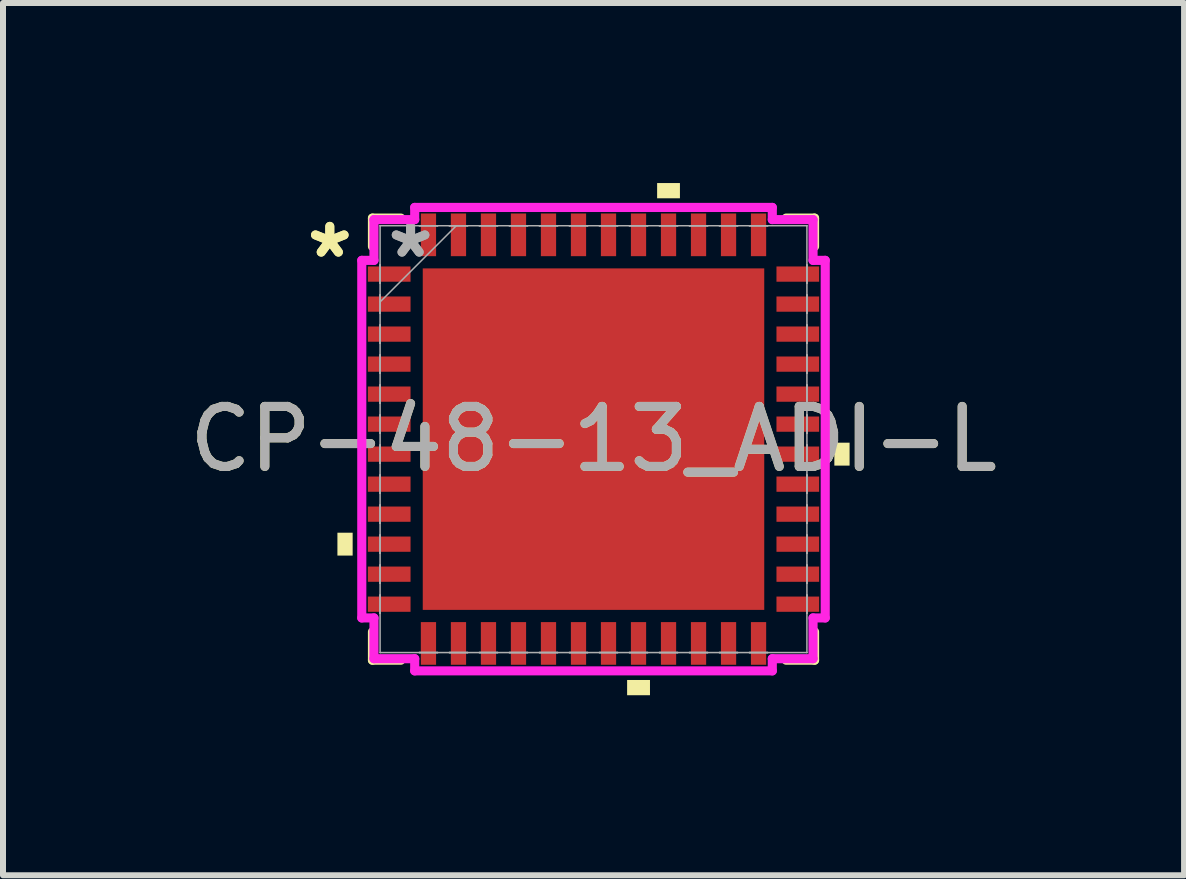
<source format=kicad_pcb>
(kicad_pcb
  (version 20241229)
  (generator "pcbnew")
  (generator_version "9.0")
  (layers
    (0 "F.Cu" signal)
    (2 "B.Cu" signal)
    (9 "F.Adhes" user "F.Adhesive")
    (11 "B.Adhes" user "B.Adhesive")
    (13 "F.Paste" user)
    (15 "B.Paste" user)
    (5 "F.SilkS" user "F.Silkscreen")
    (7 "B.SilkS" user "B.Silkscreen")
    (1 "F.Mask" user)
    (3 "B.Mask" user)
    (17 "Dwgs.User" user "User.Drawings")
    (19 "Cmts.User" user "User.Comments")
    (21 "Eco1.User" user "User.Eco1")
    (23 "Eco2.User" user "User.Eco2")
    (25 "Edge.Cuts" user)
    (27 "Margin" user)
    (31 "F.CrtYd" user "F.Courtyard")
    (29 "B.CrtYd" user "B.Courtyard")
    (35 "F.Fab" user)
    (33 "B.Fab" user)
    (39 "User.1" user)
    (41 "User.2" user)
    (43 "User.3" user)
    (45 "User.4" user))
  (footprint "CP-48-13_ADI-L"
    (layer "F.Cu")
    (at 6.839 4.267)
    (property "Reference" "CP-48-13_ADI-L" (at 0 0 0) (unlocked yes) (layer "F.SilkS") (effects (font (size 1 1) (thickness 0.15))))
    (attr smd)
    (fp_line (start -3.683 -3.683) (end -3.683 -3.21) (stroke (width 0.152) (type solid)) (layer "F.SilkS"))
    (fp_line (start -3.683 3.21) (end -3.683 3.683) (stroke (width 0.152) (type solid)) (layer "F.SilkS"))
    (fp_line (start -3.683 3.683) (end -3.21 3.683) (stroke (width 0.152) (type solid)) (layer "F.SilkS"))
    (fp_line (start -3.21 -3.683) (end -3.683 -3.683) (stroke (width 0.152) (type solid)) (layer "F.SilkS"))
    (fp_line (start 3.21 3.683) (end 3.683 3.683) (stroke (width 0.152) (type solid)) (layer "F.SilkS"))
    (fp_line (start 3.683 -3.683) (end 3.21 -3.683) (stroke (width 0.152) (type solid)) (layer "F.SilkS"))
    (fp_line (start 3.683 -3.21) (end 3.683 -3.683) (stroke (width 0.152) (type solid)) (layer "F.SilkS"))
    (fp_line (start 3.683 3.683) (end 3.683 3.21) (stroke (width 0.152) (type solid)) (layer "F.SilkS"))
    (fp_poly (pts (xy -4.267 1.559) (xy -4.267 1.94) (xy -4.013 1.94) (xy -4.013 1.559)) (stroke (width 0) (type solid)) (fill yes) (layer "F.SilkS"))
    (fp_poly (pts (xy 0.56 4.013) (xy 0.56 4.267) (xy 0.941 4.267) (xy 0.941 4.013)) (stroke (width 0) (type solid)) (fill yes) (layer "F.SilkS"))
    (fp_poly (pts (xy 1.06 -4.013) (xy 1.06 -4.267) (xy 1.44 -4.267) (xy 1.44 -4.013)) (stroke (width 0) (type solid)) (fill yes) (layer "F.SilkS"))
    (fp_poly (pts (xy 4.267 0.059) (xy 4.267 0.441) (xy 4.013 0.441) (xy 4.013 0.059)) (stroke (width 0) (type solid)) (fill yes) (layer "F.SilkS"))
    (fp_poly (pts (xy -2.745 -2.745) (xy -2.745 -1.522) (xy -1.522 -1.522) (xy -1.522 -2.745)) (stroke (width 0) (type solid)) (fill yes) (layer "F.Paste"))
    (fp_poly (pts (xy -2.745 -1.322) (xy -2.745 -0.1) (xy -1.522 -0.1) (xy -1.522 -1.322)) (stroke (width 0) (type solid)) (fill yes) (layer "F.Paste"))
    (fp_poly (pts (xy -2.745 0.1) (xy -2.745 1.322) (xy -1.522 1.322) (xy -1.522 0.1)) (stroke (width 0) (type solid)) (fill yes) (layer "F.Paste"))
    (fp_poly (pts (xy -2.745 1.522) (xy -2.745 2.745) (xy -1.522 2.745) (xy -1.522 1.522)) (stroke (width 0) (type solid)) (fill yes) (layer "F.Paste"))
    (fp_poly (pts (xy -1.322 -2.745) (xy -1.322 -1.522) (xy -0.1 -1.522) (xy -0.1 -2.745)) (stroke (width 0) (type solid)) (fill yes) (layer "F.Paste"))
    (fp_poly (pts (xy -1.322 -1.322) (xy -1.322 -0.1) (xy -0.1 -0.1) (xy -0.1 -1.322)) (stroke (width 0) (type solid)) (fill yes) (layer "F.Paste"))
    (fp_poly (pts (xy -1.322 0.1) (xy -1.322 1.322) (xy -0.1 1.322) (xy -0.1 0.1)) (stroke (width 0) (type solid)) (fill yes) (layer "F.Paste"))
    (fp_poly (pts (xy -1.322 1.522) (xy -1.322 2.745) (xy -0.1 2.745) (xy -0.1 1.522)) (stroke (width 0) (type solid)) (fill yes) (layer "F.Paste"))
    (fp_poly (pts (xy 0.1 -2.745) (xy 0.1 -1.522) (xy 1.322 -1.522) (xy 1.322 -2.745)) (stroke (width 0) (type solid)) (fill yes) (layer "F.Paste"))
    (fp_poly (pts (xy 0.1 -1.322) (xy 0.1 -0.1) (xy 1.322 -0.1) (xy 1.322 -1.322)) (stroke (width 0) (type solid)) (fill yes) (layer "F.Paste"))
    (fp_poly (pts (xy 0.1 0.1) (xy 0.1 1.322) (xy 1.322 1.322) (xy 1.322 0.1)) (stroke (width 0) (type solid)) (fill yes) (layer "F.Paste"))
    (fp_poly (pts (xy 0.1 1.522) (xy 0.1 2.745) (xy 1.322 2.745) (xy 1.322 1.522)) (stroke (width 0) (type solid)) (fill yes) (layer "F.Paste"))
    (fp_poly (pts (xy 1.522 -2.745) (xy 1.522 -1.522) (xy 2.745 -1.522) (xy 2.745 -2.745)) (stroke (width 0) (type solid)) (fill yes) (layer "F.Paste"))
    (fp_poly (pts (xy 1.522 -1.322) (xy 1.522 -0.1) (xy 2.745 -0.1) (xy 2.745 -1.322)) (stroke (width 0) (type solid)) (fill yes) (layer "F.Paste"))
    (fp_poly (pts (xy 1.522 0.1) (xy 1.522 1.322) (xy 2.745 1.322) (xy 2.745 0.1)) (stroke (width 0) (type solid)) (fill yes) (layer "F.Paste"))
    (fp_poly (pts (xy 1.522 1.522) (xy 1.522 2.745) (xy 2.745 2.745) (xy 2.745 1.522)) (stroke (width 0) (type solid)) (fill yes) (layer "F.Paste"))
    (fp_line (start -3.861 -2.979) (end -3.658 -2.979) (stroke (width 0.152) (type solid)) (layer "F.CrtYd"))
    (fp_line (start -3.861 2.979) (end -3.861 -2.979) (stroke (width 0.152) (type solid)) (layer "F.CrtYd"))
    (fp_line (start -3.658 -3.658) (end -2.979 -3.658) (stroke (width 0.152) (type solid)) (layer "F.CrtYd"))
    (fp_line (start -3.658 -2.979) (end -3.658 -3.658) (stroke (width 0.152) (type solid)) (layer "F.CrtYd"))
    (fp_line (start -3.658 2.979) (end -3.861 2.979) (stroke (width 0.152) (type solid)) (layer "F.CrtYd"))
    (fp_line (start -3.658 3.658) (end -3.658 2.979) (stroke (width 0.152) (type solid)) (layer "F.CrtYd"))
    (fp_line (start -2.979 -3.861) (end 2.979 -3.861) (stroke (width 0.152) (type solid)) (layer "F.CrtYd"))
    (fp_line (start -2.979 -3.658) (end -2.979 -3.861) (stroke (width 0.152) (type solid)) (layer "F.CrtYd"))
    (fp_line (start -2.979 3.658) (end -3.658 3.658) (stroke (width 0.152) (type solid)) (layer "F.CrtYd"))
    (fp_line (start -2.979 3.861) (end -2.979 3.658) (stroke (width 0.152) (type solid)) (layer "F.CrtYd"))
    (fp_line (start 2.979 -3.861) (end 2.979 -3.658) (stroke (width 0.152) (type solid)) (layer "F.CrtYd"))
    (fp_line (start 2.979 -3.658) (end 3.658 -3.658) (stroke (width 0.152) (type solid)) (layer "F.CrtYd"))
    (fp_line (start 2.979 3.658) (end 2.979 3.861) (stroke (width 0.152) (type solid)) (layer "F.CrtYd"))
    (fp_line (start 2.979 3.861) (end -2.979 3.861) (stroke (width 0.152) (type solid)) (layer "F.CrtYd"))
    (fp_line (start 3.658 -3.658) (end 3.658 -2.979) (stroke (width 0.152) (type solid)) (layer "F.CrtYd"))
    (fp_line (start 3.658 -2.979) (end 3.861 -2.979) (stroke (width 0.152) (type solid)) (layer "F.CrtYd"))
    (fp_line (start 3.658 2.979) (end 3.658 3.658) (stroke (width 0.152) (type solid)) (layer "F.CrtYd"))
    (fp_line (start 3.658 3.658) (end 2.979 3.658) (stroke (width 0.152) (type solid)) (layer "F.CrtYd"))
    (fp_line (start 3.861 -2.979) (end 3.861 2.979) (stroke (width 0.152) (type solid)) (layer "F.CrtYd"))
    (fp_line (start 3.861 2.979) (end 3.658 2.979) (stroke (width 0.152) (type solid)) (layer "F.CrtYd"))
    (fp_line (start -3.556 -3.556) (end -3.556 -3.556) (stroke (width 0.025) (type solid)) (layer "F.Fab"))
    (fp_line (start -3.556 -3.556) (end -3.556 3.556) (stroke (width 0.025) (type solid)) (layer "F.Fab"))
    (fp_line (start -3.556 -2.902) (end -3.556 -2.902) (stroke (width 0.025) (type solid)) (layer "F.Fab"))
    (fp_line (start -3.556 -2.902) (end -3.556 -2.598) (stroke (width 0.025) (type solid)) (layer "F.Fab"))
    (fp_line (start -3.556 -2.598) (end -3.556 -2.902) (stroke (width 0.025) (type solid)) (layer "F.Fab"))
    (fp_line (start -3.556 -2.598) (end -3.556 -2.598) (stroke (width 0.025) (type solid)) (layer "F.Fab"))
    (fp_line (start -3.556 -2.402) (end -3.556 -2.402) (stroke (width 0.025) (type solid)) (layer "F.Fab"))
    (fp_line (start -3.556 -2.402) (end -3.556 -2.098) (stroke (width 0.025) (type solid)) (layer "F.Fab"))
    (fp_line (start -3.556 -2.286) (end -2.286 -3.556) (stroke (width 0.025) (type solid)) (layer "F.Fab"))
    (fp_line (start -3.556 -2.098) (end -3.556 -2.402) (stroke (width 0.025) (type solid)) (layer "F.Fab"))
    (fp_line (start -3.556 -2.098) (end -3.556 -2.098) (stroke (width 0.025) (type solid)) (layer "F.Fab"))
    (fp_line (start -3.556 -1.902) (end -3.556 -1.902) (stroke (width 0.025) (type solid)) (layer "F.Fab"))
    (fp_line (start -3.556 -1.902) (end -3.556 -1.598) (stroke (width 0.025) (type solid)) (layer "F.Fab"))
    (fp_line (start -3.556 -1.598) (end -3.556 -1.902) (stroke (width 0.025) (type solid)) (layer "F.Fab"))
    (fp_line (start -3.556 -1.598) (end -3.556 -1.598) (stroke (width 0.025) (type solid)) (layer "F.Fab"))
    (fp_line (start -3.556 -1.402) (end -3.556 -1.402) (stroke (width 0.025) (type solid)) (layer "F.Fab"))
    (fp_line (start -3.556 -1.402) (end -3.556 -1.098) (stroke (width 0.025) (type solid)) (layer "F.Fab"))
    (fp_line (start -3.556 -1.098) (end -3.556 -1.402) (stroke (width 0.025) (type solid)) (layer "F.Fab"))
    (fp_line (start -3.556 -1.098) (end -3.556 -1.098) (stroke (width 0.025) (type solid)) (layer "F.Fab"))
    (fp_line (start -3.556 -0.902) (end -3.556 -0.902) (stroke (width 0.025) (type solid)) (layer "F.Fab"))
    (fp_line (start -3.556 -0.902) (end -3.556 -0.598) (stroke (width 0.025) (type solid)) (layer "F.Fab"))
    (fp_line (start -3.556 -0.598) (end -3.556 -0.902) (stroke (width 0.025) (type solid)) (layer "F.Fab"))
    (fp_line (start -3.556 -0.598) (end -3.556 -0.598) (stroke (width 0.025) (type solid)) (layer "F.Fab"))
    (fp_line (start -3.556 -0.402) (end -3.556 -0.402) (stroke (width 0.025) (type solid)) (layer "F.Fab"))
    (fp_line (start -3.556 -0.402) (end -3.556 -0.098) (stroke (width 0.025) (type solid)) (layer "F.Fab"))
    (fp_line (start -3.556 -0.098) (end -3.556 -0.402) (stroke (width 0.025) (type solid)) (layer "F.Fab"))
    (fp_line (start -3.556 -0.098) (end -3.556 -0.098) (stroke (width 0.025) (type solid)) (layer "F.Fab"))
    (fp_line (start -3.556 0.098) (end -3.556 0.098) (stroke (width 0.025) (type solid)) (layer "F.Fab"))
    (fp_line (start -3.556 0.098) (end -3.556 0.402) (stroke (width 0.025) (type solid)) (layer "F.Fab"))
    (fp_line (start -3.556 0.402) (end -3.556 0.098) (stroke (width 0.025) (type solid)) (layer "F.Fab"))
    (fp_line (start -3.556 0.402) (end -3.556 0.402) (stroke (width 0.025) (type solid)) (layer "F.Fab"))
    (fp_line (start -3.556 0.598) (end -3.556 0.598) (stroke (width 0.025) (type solid)) (layer "F.Fab"))
    (fp_line (start -3.556 0.598) (end -3.556 0.902) (stroke (width 0.025) (type solid)) (layer "F.Fab"))
    (fp_line (start -3.556 0.902) (end -3.556 0.598) (stroke (width 0.025) (type solid)) (layer "F.Fab"))
    (fp_line (start -3.556 0.902) (end -3.556 0.902) (stroke (width 0.025) (type solid)) (layer "F.Fab"))
    (fp_line (start -3.556 1.098) (end -3.556 1.098) (stroke (width 0.025) (type solid)) (layer "F.Fab"))
    (fp_line (start -3.556 1.098) (end -3.556 1.402) (stroke (width 0.025) (type solid)) (layer "F.Fab"))
    (fp_line (start -3.556 1.402) (end -3.556 1.098) (stroke (width 0.025) (type solid)) (layer "F.Fab"))
    (fp_line (start -3.556 1.402) (end -3.556 1.402) (stroke (width 0.025) (type solid)) (layer "F.Fab"))
    (fp_line (start -3.556 1.598) (end -3.556 1.598) (stroke (width 0.025) (type solid)) (layer "F.Fab"))
    (fp_line (start -3.556 1.598) (end -3.556 1.902) (stroke (width 0.025) (type solid)) (layer "F.Fab"))
    (fp_line (start -3.556 1.902) (end -3.556 1.598) (stroke (width 0.025) (type solid)) (layer "F.Fab"))
    (fp_line (start -3.556 1.902) (end -3.556 1.902) (stroke (width 0.025) (type solid)) (layer "F.Fab"))
    (fp_line (start -3.556 2.098) (end -3.556 2.098) (stroke (width 0.025) (type solid)) (layer "F.Fab"))
    (fp_line (start -3.556 2.098) (end -3.556 2.402) (stroke (width 0.025) (type solid)) (layer "F.Fab"))
    (fp_line (start -3.556 2.402) (end -3.556 2.098) (stroke (width 0.025) (type solid)) (layer "F.Fab"))
    (fp_line (start -3.556 2.402) (end -3.556 2.402) (stroke (width 0.025) (type solid)) (layer "F.Fab"))
    (fp_line (start -3.556 2.598) (end -3.556 2.598) (stroke (width 0.025) (type solid)) (layer "F.Fab"))
    (fp_line (start -3.556 2.598) (end -3.556 2.902) (stroke (width 0.025) (type solid)) (layer "F.Fab"))
    (fp_line (start -3.556 2.902) (end -3.556 2.598) (stroke (width 0.025) (type solid)) (layer "F.Fab"))
    (fp_line (start -3.556 2.902) (end -3.556 2.902) (stroke (width 0.025) (type solid)) (layer "F.Fab"))
    (fp_line (start -3.556 3.556) (end -3.556 3.556) (stroke (width 0.025) (type solid)) (layer "F.Fab"))
    (fp_line (start -3.556 3.556) (end 3.556 3.556) (stroke (width 0.025) (type solid)) (layer "F.Fab"))
    (fp_line (start -2.902 -3.556) (end -2.902 -3.556) (stroke (width 0.025) (type solid)) (layer "F.Fab"))
    (fp_line (start -2.902 -3.556) (end -2.598 -3.556) (stroke (width 0.025) (type solid)) (layer "F.Fab"))
    (fp_line (start -2.902 3.556) (end -2.902 3.556) (stroke (width 0.025) (type solid)) (layer "F.Fab"))
    (fp_line (start -2.902 3.556) (end -2.598 3.556) (stroke (width 0.025) (type solid)) (layer "F.Fab"))
    (fp_line (start -2.598 -3.556) (end -2.902 -3.556) (stroke (width 0.025) (type solid)) (layer "F.Fab"))
    (fp_line (start -2.598 -3.556) (end -2.598 -3.556) (stroke (width 0.025) (type solid)) (layer "F.Fab"))
    (fp_line (start -2.598 3.556) (end -2.902 3.556) (stroke (width 0.025) (type solid)) (layer "F.Fab"))
    (fp_line (start -2.598 3.556) (end -2.598 3.556) (stroke (width 0.025) (type solid)) (layer "F.Fab"))
    (fp_line (start -2.402 -3.556) (end -2.402 -3.556) (stroke (width 0.025) (type solid)) (layer "F.Fab"))
    (fp_line (start -2.402 -3.556) (end -2.098 -3.556) (stroke (width 0.025) (type solid)) (layer "F.Fab"))
    (fp_line (start -2.402 3.556) (end -2.402 3.556) (stroke (width 0.025) (type solid)) (layer "F.Fab"))
    (fp_line (start -2.402 3.556) (end -2.098 3.556) (stroke (width 0.025) (type solid)) (layer "F.Fab"))
    (fp_line (start -2.098 -3.556) (end -2.402 -3.556) (stroke (width 0.025) (type solid)) (layer "F.Fab"))
    (fp_line (start -2.098 -3.556) (end -2.098 -3.556) (stroke (width 0.025) (type solid)) (layer "F.Fab"))
    (fp_line (start -2.098 3.556) (end -2.402 3.556) (stroke (width 0.025) (type solid)) (layer "F.Fab"))
    (fp_line (start -2.098 3.556) (end -2.098 3.556) (stroke (width 0.025) (type solid)) (layer "F.Fab"))
    (fp_line (start -1.902 -3.556) (end -1.902 -3.556) (stroke (width 0.025) (type solid)) (layer "F.Fab"))
    (fp_line (start -1.902 -3.556) (end -1.598 -3.556) (stroke (width 0.025) (type solid)) (layer "F.Fab"))
    (fp_line (start -1.902 3.556) (end -1.902 3.556) (stroke (width 0.025) (type solid)) (layer "F.Fab"))
    (fp_line (start -1.902 3.556) (end -1.598 3.556) (stroke (width 0.025) (type solid)) (layer "F.Fab"))
    (fp_line (start -1.598 -3.556) (end -1.902 -3.556) (stroke (width 0.025) (type solid)) (layer "F.Fab"))
    (fp_line (start -1.598 -3.556) (end -1.598 -3.556) (stroke (width 0.025) (type solid)) (layer "F.Fab"))
    (fp_line (start -1.598 3.556) (end -1.902 3.556) (stroke (width 0.025) (type solid)) (layer "F.Fab"))
    (fp_line (start -1.598 3.556) (end -1.598 3.556) (stroke (width 0.025) (type solid)) (layer "F.Fab"))
    (fp_line (start -1.402 -3.556) (end -1.402 -3.556) (stroke (width 0.025) (type solid)) (layer "F.Fab"))
    (fp_line (start -1.402 -3.556) (end -1.098 -3.556) (stroke (width 0.025) (type solid)) (layer "F.Fab"))
    (fp_line (start -1.402 3.556) (end -1.402 3.556) (stroke (width 0.025) (type solid)) (layer "F.Fab"))
    (fp_line (start -1.402 3.556) (end -1.098 3.556) (stroke (width 0.025) (type solid)) (layer "F.Fab"))
    (fp_line (start -1.098 -3.556) (end -1.402 -3.556) (stroke (width 0.025) (type solid)) (layer "F.Fab"))
    (fp_line (start -1.098 -3.556) (end -1.098 -3.556) (stroke (width 0.025) (type solid)) (layer "F.Fab"))
    (fp_line (start -1.098 3.556) (end -1.402 3.556) (stroke (width 0.025) (type solid)) (layer "F.Fab"))
    (fp_line (start -1.098 3.556) (end -1.098 3.556) (stroke (width 0.025) (type solid)) (layer "F.Fab"))
    (fp_line (start -0.902 -3.556) (end -0.902 -3.556) (stroke (width 0.025) (type solid)) (layer "F.Fab"))
    (fp_line (start -0.902 -3.556) (end -0.598 -3.556) (stroke (width 0.025) (type solid)) (layer "F.Fab"))
    (fp_line (start -0.902 3.556) (end -0.902 3.556) (stroke (width 0.025) (type solid)) (layer "F.Fab"))
    (fp_line (start -0.902 3.556) (end -0.598 3.556) (stroke (width 0.025) (type solid)) (layer "F.Fab"))
    (fp_line (start -0.598 -3.556) (end -0.902 -3.556) (stroke (width 0.025) (type solid)) (layer "F.Fab"))
    (fp_line (start -0.598 -3.556) (end -0.598 -3.556) (stroke (width 0.025) (type solid)) (layer "F.Fab"))
    (fp_line (start -0.598 3.556) (end -0.902 3.556) (stroke (width 0.025) (type solid)) (layer "F.Fab"))
    (fp_line (start -0.598 3.556) (end -0.598 3.556) (stroke (width 0.025) (type solid)) (layer "F.Fab"))
    (fp_line (start -0.402 -3.556) (end -0.402 -3.556) (stroke (width 0.025) (type solid)) (layer "F.Fab"))
    (fp_line (start -0.402 -3.556) (end -0.098 -3.556) (stroke (width 0.025) (type solid)) (layer "F.Fab"))
    (fp_line (start -0.402 3.556) (end -0.402 3.556) (stroke (width 0.025) (type solid)) (layer "F.Fab"))
    (fp_line (start -0.402 3.556) (end -0.098 3.556) (stroke (width 0.025) (type solid)) (layer "F.Fab"))
    (fp_line (start -0.098 -3.556) (end -0.402 -3.556) (stroke (width 0.025) (type solid)) (layer "F.Fab"))
    (fp_line (start -0.098 -3.556) (end -0.098 -3.556) (stroke (width 0.025) (type solid)) (layer "F.Fab"))
    (fp_line (start -0.098 3.556) (end -0.402 3.556) (stroke (width 0.025) (type solid)) (layer "F.Fab"))
    (fp_line (start -0.098 3.556) (end -0.098 3.556) (stroke (width 0.025) (type solid)) (layer "F.Fab"))
    (fp_line (start 0.098 -3.556) (end 0.098 -3.556) (stroke (width 0.025) (type solid)) (layer "F.Fab"))
    (fp_line (start 0.098 -3.556) (end 0.402 -3.556) (stroke (width 0.025) (type solid)) (layer "F.Fab"))
    (fp_line (start 0.098 3.556) (end 0.098 3.556) (stroke (width 0.025) (type solid)) (layer "F.Fab"))
    (fp_line (start 0.098 3.556) (end 0.402 3.556) (stroke (width 0.025) (type solid)) (layer "F.Fab"))
    (fp_line (start 0.402 -3.556) (end 0.098 -3.556) (stroke (width 0.025) (type solid)) (layer "F.Fab"))
    (fp_line (start 0.402 -3.556) (end 0.402 -3.556) (stroke (width 0.025) (type solid)) (layer "F.Fab"))
    (fp_line (start 0.402 3.556) (end 0.098 3.556) (stroke (width 0.025) (type solid)) (layer "F.Fab"))
    (fp_line (start 0.402 3.556) (end 0.402 3.556) (stroke (width 0.025) (type solid)) (layer "F.Fab"))
    (fp_line (start 0.598 -3.556) (end 0.598 -3.556) (stroke (width 0.025) (type solid)) (layer "F.Fab"))
    (fp_line (start 0.598 -3.556) (end 0.902 -3.556) (stroke (width 0.025) (type solid)) (layer "F.Fab"))
    (fp_line (start 0.598 3.556) (end 0.598 3.556) (stroke (width 0.025) (type solid)) (layer "F.Fab"))
    (fp_line (start 0.598 3.556) (end 0.902 3.556) (stroke (width 0.025) (type solid)) (layer "F.Fab"))
    (fp_line (start 0.902 -3.556) (end 0.598 -3.556) (stroke (width 0.025) (type solid)) (layer "F.Fab"))
    (fp_line (start 0.902 -3.556) (end 0.902 -3.556) (stroke (width 0.025) (type solid)) (layer "F.Fab"))
    (fp_line (start 0.902 3.556) (end 0.598 3.556) (stroke (width 0.025) (type solid)) (layer "F.Fab"))
    (fp_line (start 0.902 3.556) (end 0.902 3.556) (stroke (width 0.025) (type solid)) (layer "F.Fab"))
    (fp_line (start 1.098 -3.556) (end 1.098 -3.556) (stroke (width 0.025) (type solid)) (layer "F.Fab"))
    (fp_line (start 1.098 -3.556) (end 1.402 -3.556) (stroke (width 0.025) (type solid)) (layer "F.Fab"))
    (fp_line (start 1.098 3.556) (end 1.098 3.556) (stroke (width 0.025) (type solid)) (layer "F.Fab"))
    (fp_line (start 1.098 3.556) (end 1.402 3.556) (stroke (width 0.025) (type solid)) (layer "F.Fab"))
    (fp_line (start 1.402 -3.556) (end 1.098 -3.556) (stroke (width 0.025) (type solid)) (layer "F.Fab"))
    (fp_line (start 1.402 -3.556) (end 1.402 -3.556) (stroke (width 0.025) (type solid)) (layer "F.Fab"))
    (fp_line (start 1.402 3.556) (end 1.098 3.556) (stroke (width 0.025) (type solid)) (layer "F.Fab"))
    (fp_line (start 1.402 3.556) (end 1.402 3.556) (stroke (width 0.025) (type solid)) (layer "F.Fab"))
    (fp_line (start 1.598 -3.556) (end 1.598 -3.556) (stroke (width 0.025) (type solid)) (layer "F.Fab"))
    (fp_line (start 1.598 -3.556) (end 1.902 -3.556) (stroke (width 0.025) (type solid)) (layer "F.Fab"))
    (fp_line (start 1.598 3.556) (end 1.598 3.556) (stroke (width 0.025) (type solid)) (layer "F.Fab"))
    (fp_line (start 1.598 3.556) (end 1.902 3.556) (stroke (width 0.025) (type solid)) (layer "F.Fab"))
    (fp_line (start 1.902 -3.556) (end 1.598 -3.556) (stroke (width 0.025) (type solid)) (layer "F.Fab"))
    (fp_line (start 1.902 -3.556) (end 1.902 -3.556) (stroke (width 0.025) (type solid)) (layer "F.Fab"))
    (fp_line (start 1.902 3.556) (end 1.598 3.556) (stroke (width 0.025) (type solid)) (layer "F.Fab"))
    (fp_line (start 1.902 3.556) (end 1.902 3.556) (stroke (width 0.025) (type solid)) (layer "F.Fab"))
    (fp_line (start 2.098 -3.556) (end 2.098 -3.556) (stroke (width 0.025) (type solid)) (layer "F.Fab"))
    (fp_line (start 2.098 -3.556) (end 2.402 -3.556) (stroke (width 0.025) (type solid)) (layer "F.Fab"))
    (fp_line (start 2.098 3.556) (end 2.098 3.556) (stroke (width 0.025) (type solid)) (layer "F.Fab"))
    (fp_line (start 2.098 3.556) (end 2.402 3.556) (stroke (width 0.025) (type solid)) (layer "F.Fab"))
    (fp_line (start 2.402 -3.556) (end 2.098 -3.556) (stroke (width 0.025) (type solid)) (layer "F.Fab"))
    (fp_line (start 2.402 -3.556) (end 2.402 -3.556) (stroke (width 0.025) (type solid)) (layer "F.Fab"))
    (fp_line (start 2.402 3.556) (end 2.098 3.556) (stroke (width 0.025) (type solid)) (layer "F.Fab"))
    (fp_line (start 2.402 3.556) (end 2.402 3.556) (stroke (width 0.025) (type solid)) (layer "F.Fab"))
    (fp_line (start 2.598 -3.556) (end 2.598 -3.556) (stroke (width 0.025) (type solid)) (layer "F.Fab"))
    (fp_line (start 2.598 -3.556) (end 2.902 -3.556) (stroke (width 0.025) (type solid)) (layer "F.Fab"))
    (fp_line (start 2.598 3.556) (end 2.598 3.556) (stroke (width 0.025) (type solid)) (layer "F.Fab"))
    (fp_line (start 2.598 3.556) (end 2.902 3.556) (stroke (width 0.025) (type solid)) (layer "F.Fab"))
    (fp_line (start 2.902 -3.556) (end 2.598 -3.556) (stroke (width 0.025) (type solid)) (layer "F.Fab"))
    (fp_line (start 2.902 -3.556) (end 2.902 -3.556) (stroke (width 0.025) (type solid)) (layer "F.Fab"))
    (fp_line (start 2.902 3.556) (end 2.598 3.556) (stroke (width 0.025) (type solid)) (layer "F.Fab"))
    (fp_line (start 2.902 3.556) (end 2.902 3.556) (stroke (width 0.025) (type solid)) (layer "F.Fab"))
    (fp_line (start 3.556 -3.556) (end -3.556 -3.556) (stroke (width 0.025) (type solid)) (layer "F.Fab"))
    (fp_line (start 3.556 -3.556) (end 3.556 -3.556) (stroke (width 0.025) (type solid)) (layer "F.Fab"))
    (fp_line (start 3.556 -2.902) (end 3.556 -2.902) (stroke (width 0.025) (type solid)) (layer "F.Fab"))
    (fp_line (start 3.556 -2.902) (end 3.556 -2.598) (stroke (width 0.025) (type solid)) (layer "F.Fab"))
    (fp_line (start 3.556 -2.598) (end 3.556 -2.902) (stroke (width 0.025) (type solid)) (layer "F.Fab"))
    (fp_line (start 3.556 -2.598) (end 3.556 -2.598) (stroke (width 0.025) (type solid)) (layer "F.Fab"))
    (fp_line (start 3.556 -2.402) (end 3.556 -2.402) (stroke (width 0.025) (type solid)) (layer "F.Fab"))
    (fp_line (start 3.556 -2.402) (end 3.556 -2.098) (stroke (width 0.025) (type solid)) (layer "F.Fab"))
    (fp_line (start 3.556 -2.098) (end 3.556 -2.402) (stroke (width 0.025) (type solid)) (layer "F.Fab"))
    (fp_line (start 3.556 -2.098) (end 3.556 -2.098) (stroke (width 0.025) (type solid)) (layer "F.Fab"))
    (fp_line (start 3.556 -1.902) (end 3.556 -1.902) (stroke (width 0.025) (type solid)) (layer "F.Fab"))
    (fp_line (start 3.556 -1.902) (end 3.556 -1.598) (stroke (width 0.025) (type solid)) (layer "F.Fab"))
    (fp_line (start 3.556 -1.598) (end 3.556 -1.902) (stroke (width 0.025) (type solid)) (layer "F.Fab"))
    (fp_line (start 3.556 -1.598) (end 3.556 -1.598) (stroke (width 0.025) (type solid)) (layer "F.Fab"))
    (fp_line (start 3.556 -1.402) (end 3.556 -1.402) (stroke (width 0.025) (type solid)) (layer "F.Fab"))
    (fp_line (start 3.556 -1.402) (end 3.556 -1.098) (stroke (width 0.025) (type solid)) (layer "F.Fab"))
    (fp_line (start 3.556 -1.098) (end 3.556 -1.402) (stroke (width 0.025) (type solid)) (layer "F.Fab"))
    (fp_line (start 3.556 -1.098) (end 3.556 -1.098) (stroke (width 0.025) (type solid)) (layer "F.Fab"))
    (fp_line (start 3.556 -0.902) (end 3.556 -0.902) (stroke (width 0.025) (type solid)) (layer "F.Fab"))
    (fp_line (start 3.556 -0.902) (end 3.556 -0.598) (stroke (width 0.025) (type solid)) (layer "F.Fab"))
    (fp_line (start 3.556 -0.598) (end 3.556 -0.902) (stroke (width 0.025) (type solid)) (layer "F.Fab"))
    (fp_line (start 3.556 -0.598) (end 3.556 -0.598) (stroke (width 0.025) (type solid)) (layer "F.Fab"))
    (fp_line (start 3.556 -0.402) (end 3.556 -0.402) (stroke (width 0.025) (type solid)) (layer "F.Fab"))
    (fp_line (start 3.556 -0.402) (end 3.556 -0.098) (stroke (width 0.025) (type solid)) (layer "F.Fab"))
    (fp_line (start 3.556 -0.098) (end 3.556 -0.402) (stroke (width 0.025) (type solid)) (layer "F.Fab"))
    (fp_line (start 3.556 -0.098) (end 3.556 -0.098) (stroke (width 0.025) (type solid)) (layer "F.Fab"))
    (fp_line (start 3.556 0.098) (end 3.556 0.098) (stroke (width 0.025) (type solid)) (layer "F.Fab"))
    (fp_line (start 3.556 0.098) (end 3.556 0.402) (stroke (width 0.025) (type solid)) (layer "F.Fab"))
    (fp_line (start 3.556 0.402) (end 3.556 0.098) (stroke (width 0.025) (type solid)) (layer "F.Fab"))
    (fp_line (start 3.556 0.402) (end 3.556 0.402) (stroke (width 0.025) (type solid)) (layer "F.Fab"))
    (fp_line (start 3.556 0.598) (end 3.556 0.598) (stroke (width 0.025) (type solid)) (layer "F.Fab"))
    (fp_line (start 3.556 0.598) (end 3.556 0.902) (stroke (width 0.025) (type solid)) (layer "F.Fab"))
    (fp_line (start 3.556 0.902) (end 3.556 0.598) (stroke (width 0.025) (type solid)) (layer "F.Fab"))
    (fp_line (start 3.556 0.902) (end 3.556 0.902) (stroke (width 0.025) (type solid)) (layer "F.Fab"))
    (fp_line (start 3.556 1.098) (end 3.556 1.098) (stroke (width 0.025) (type solid)) (layer "F.Fab"))
    (fp_line (start 3.556 1.098) (end 3.556 1.402) (stroke (width 0.025) (type solid)) (layer "F.Fab"))
    (fp_line (start 3.556 1.402) (end 3.556 1.098) (stroke (width 0.025) (type solid)) (layer "F.Fab"))
    (fp_line (start 3.556 1.402) (end 3.556 1.402) (stroke (width 0.025) (type solid)) (layer "F.Fab"))
    (fp_line (start 3.556 1.598) (end 3.556 1.598) (stroke (width 0.025) (type solid)) (layer "F.Fab"))
    (fp_line (start 3.556 1.598) (end 3.556 1.902) (stroke (width 0.025) (type solid)) (layer "F.Fab"))
    (fp_line (start 3.556 1.902) (end 3.556 1.598) (stroke (width 0.025) (type solid)) (layer "F.Fab"))
    (fp_line (start 3.556 1.902) (end 3.556 1.902) (stroke (width 0.025) (type solid)) (layer "F.Fab"))
    (fp_line (start 3.556 2.098) (end 3.556 2.098) (stroke (width 0.025) (type solid)) (layer "F.Fab"))
    (fp_line (start 3.556 2.098) (end 3.556 2.402) (stroke (width 0.025) (type solid)) (layer "F.Fab"))
    (fp_line (start 3.556 2.402) (end 3.556 2.098) (stroke (width 0.025) (type solid)) (layer "F.Fab"))
    (fp_line (start 3.556 2.402) (end 3.556 2.402) (stroke (width 0.025) (type solid)) (layer "F.Fab"))
    (fp_line (start 3.556 2.598) (end 3.556 2.598) (stroke (width 0.025) (type solid)) (layer "F.Fab"))
    (fp_line (start 3.556 2.598) (end 3.556 2.902) (stroke (width 0.025) (type solid)) (layer "F.Fab"))
    (fp_line (start 3.556 2.902) (end 3.556 2.598) (stroke (width 0.025) (type solid)) (layer "F.Fab"))
    (fp_line (start 3.556 2.902) (end 3.556 2.902) (stroke (width 0.025) (type solid)) (layer "F.Fab"))
    (fp_line (start 3.556 3.556) (end 3.556 -3.556) (stroke (width 0.025) (type solid)) (layer "F.Fab"))
    (fp_line (start 3.556 3.556) (end 3.556 3.556) (stroke (width 0.025) (type solid)) (layer "F.Fab"))
    (fp_text user "*" (at -4.394 -3 0) (unlocked yes) (layer "F.SilkS") (effects (font (size 1 1) (thickness 0.15))))
    (fp_text user "*" (at -4.394 -3 0) (layer "F.SilkS") (effects (font (size 1 1) (thickness 0.15))))
    (fp_text user "${REFERENCE}" (at 0 0 0) (unlocked yes) (layer "F.Fab") (effects (font (size 1 1) (thickness 0.15))))
    (fp_text user "*" (at -3.048 -3 0) (unlocked yes) (layer "F.Fab") (effects (font (size 1 1) (thickness 0.15))))
    (fp_text user "*" (at -3.048 -3 0) (layer "F.Fab") (effects (font (size 1 1) (thickness 0.15))))
    (pad "1" smd rect (at -3.404 -2.75 90) (size 0.254 0.711) (layers "F.Cu" "F.Mask" "F.Paste"))
    (pad "2" smd rect (at -3.404 -2.25 90) (size 0.254 0.711) (layers "F.Cu" "F.Mask" "F.Paste"))
    (pad "3" smd rect (at -3.404 -1.75 90) (size 0.254 0.711) (layers "F.Cu" "F.Mask" "F.Paste"))
    (pad "4" smd rect (at -3.404 -1.25 90) (size 0.254 0.711) (layers "F.Cu" "F.Mask" "F.Paste"))
    (pad "5" smd rect (at -3.404 -0.75 90) (size 0.254 0.711) (layers "F.Cu" "F.Mask" "F.Paste"))
    (pad "6" smd rect (at -3.404 -0.25 90) (size 0.254 0.711) (layers "F.Cu" "F.Mask" "F.Paste"))
    (pad "7" smd rect (at -3.404 0.25 90) (size 0.254 0.711) (layers "F.Cu" "F.Mask" "F.Paste"))
    (pad "8" smd rect (at -3.404 0.75 90) (size 0.254 0.711) (layers "F.Cu" "F.Mask" "F.Paste"))
    (pad "9" smd rect (at -3.404 1.25 90) (size 0.254 0.711) (layers "F.Cu" "F.Mask" "F.Paste"))
    (pad "10" smd rect (at -3.404 1.75 90) (size 0.254 0.711) (layers "F.Cu" "F.Mask" "F.Paste"))
    (pad "11" smd rect (at -3.404 2.25 90) (size 0.254 0.711) (layers "F.Cu" "F.Mask" "F.Paste"))
    (pad "12" smd rect (at -3.404 2.75 90) (size 0.254 0.711) (layers "F.Cu" "F.Mask" "F.Paste"))
    (pad "13" smd rect (at -2.75 3.404) (size 0.254 0.711) (layers "F.Cu" "F.Mask" "F.Paste"))
    (pad "14" smd rect (at -2.25 3.404) (size 0.254 0.711) (layers "F.Cu" "F.Mask" "F.Paste"))
    (pad "15" smd rect (at -1.75 3.404) (size 0.254 0.711) (layers "F.Cu" "F.Mask" "F.Paste"))
    (pad "16" smd rect (at -1.25 3.404) (size 0.254 0.711) (layers "F.Cu" "F.Mask" "F.Paste"))
    (pad "17" smd rect (at -0.75 3.404) (size 0.254 0.711) (layers "F.Cu" "F.Mask" "F.Paste"))
    (pad "18" smd rect (at -0.25 3.404) (size 0.254 0.711) (layers "F.Cu" "F.Mask" "F.Paste"))
    (pad "19" smd rect (at 0.25 3.404) (size 0.254 0.711) (layers "F.Cu" "F.Mask" "F.Paste"))
    (pad "20" smd rect (at 0.75 3.404) (size 0.254 0.711) (layers "F.Cu" "F.Mask" "F.Paste"))
    (pad "21" smd rect (at 1.25 3.404) (size 0.254 0.711) (layers "F.Cu" "F.Mask" "F.Paste"))
    (pad "22" smd rect (at 1.75 3.404) (size 0.254 0.711) (layers "F.Cu" "F.Mask" "F.Paste"))
    (pad "23" smd rect (at 2.25 3.404) (size 0.254 0.711) (layers "F.Cu" "F.Mask" "F.Paste"))
    (pad "24" smd rect (at 2.75 3.404) (size 0.254 0.711) (layers "F.Cu" "F.Mask" "F.Paste"))
    (pad "25" smd rect (at 3.404 2.75 90) (size 0.254 0.711) (layers "F.Cu" "F.Mask" "F.Paste"))
    (pad "26" smd rect (at 3.404 2.25 90) (size 0.254 0.711) (layers "F.Cu" "F.Mask" "F.Paste"))
    (pad "27" smd rect (at 3.404 1.75 90) (size 0.254 0.711) (layers "F.Cu" "F.Mask" "F.Paste"))
    (pad "28" smd rect (at 3.404 1.25 90) (size 0.254 0.711) (layers "F.Cu" "F.Mask" "F.Paste"))
    (pad "29" smd rect (at 3.404 0.75 90) (size 0.254 0.711) (layers "F.Cu" "F.Mask" "F.Paste"))
    (pad "30" smd rect (at 3.404 0.25 90) (size 0.254 0.711) (layers "F.Cu" "F.Mask" "F.Paste"))
    (pad "31" smd rect (at 3.404 -0.25 90) (size 0.254 0.711) (layers "F.Cu" "F.Mask" "F.Paste"))
    (pad "32" smd rect (at 3.404 -0.75 90) (size 0.254 0.711) (layers "F.Cu" "F.Mask" "F.Paste"))
    (pad "33" smd rect (at 3.404 -1.25 90) (size 0.254 0.711) (layers "F.Cu" "F.Mask" "F.Paste"))
    (pad "34" smd rect (at 3.404 -1.75 90) (size 0.254 0.711) (layers "F.Cu" "F.Mask" "F.Paste"))
    (pad "35" smd rect (at 3.404 -2.25 90) (size 0.254 0.711) (layers "F.Cu" "F.Mask" "F.Paste"))
    (pad "36" smd rect (at 3.404 -2.75 90) (size 0.254 0.711) (layers "F.Cu" "F.Mask" "F.Paste"))
    (pad "37" smd rect (at 2.75 -3.404) (size 0.254 0.711) (layers "F.Cu" "F.Mask" "F.Paste"))
    (pad "38" smd rect (at 2.25 -3.404) (size 0.254 0.711) (layers "F.Cu" "F.Mask" "F.Paste"))
    (pad "39" smd rect (at 1.75 -3.404) (size 0.254 0.711) (layers "F.Cu" "F.Mask" "F.Paste"))
    (pad "40" smd rect (at 1.25 -3.404) (size 0.254 0.711) (layers "F.Cu" "F.Mask" "F.Paste"))
    (pad "41" smd rect (at 0.75 -3.404) (size 0.254 0.711) (layers "F.Cu" "F.Mask" "F.Paste"))
    (pad "42" smd rect (at 0.25 -3.404) (size 0.254 0.711) (layers "F.Cu" "F.Mask" "F.Paste"))
    (pad "43" smd rect (at -0.25 -3.404) (size 0.254 0.711) (layers "F.Cu" "F.Mask" "F.Paste"))
    (pad "44" smd rect (at -0.75 -3.404) (size 0.254 0.711) (layers "F.Cu" "F.Mask" "F.Paste"))
    (pad "45" smd rect (at -1.25 -3.404) (size 0.254 0.711) (layers "F.Cu" "F.Mask" "F.Paste"))
    (pad "46" smd rect (at -1.75 -3.404) (size 0.254 0.711) (layers "F.Cu" "F.Mask" "F.Paste"))
    (pad "47" smd rect (at -2.25 -3.404) (size 0.254 0.711) (layers "F.Cu" "F.Mask" "F.Paste"))
    (pad "48" smd rect (at -2.75 -3.404) (size 0.254 0.711) (layers "F.Cu" "F.Mask" "F.Paste"))
    (pad "49" smd rect (at 0 0) (size 5.69 5.69) (layers "F.Cu" "F.Mask")))
  (gr_rect
    (start -3 -3)
    (end 16.679 11.534)
    (stroke (width 0.1) (type default))
    (fill no)
    (layer "Edge.Cuts")))
</source>
